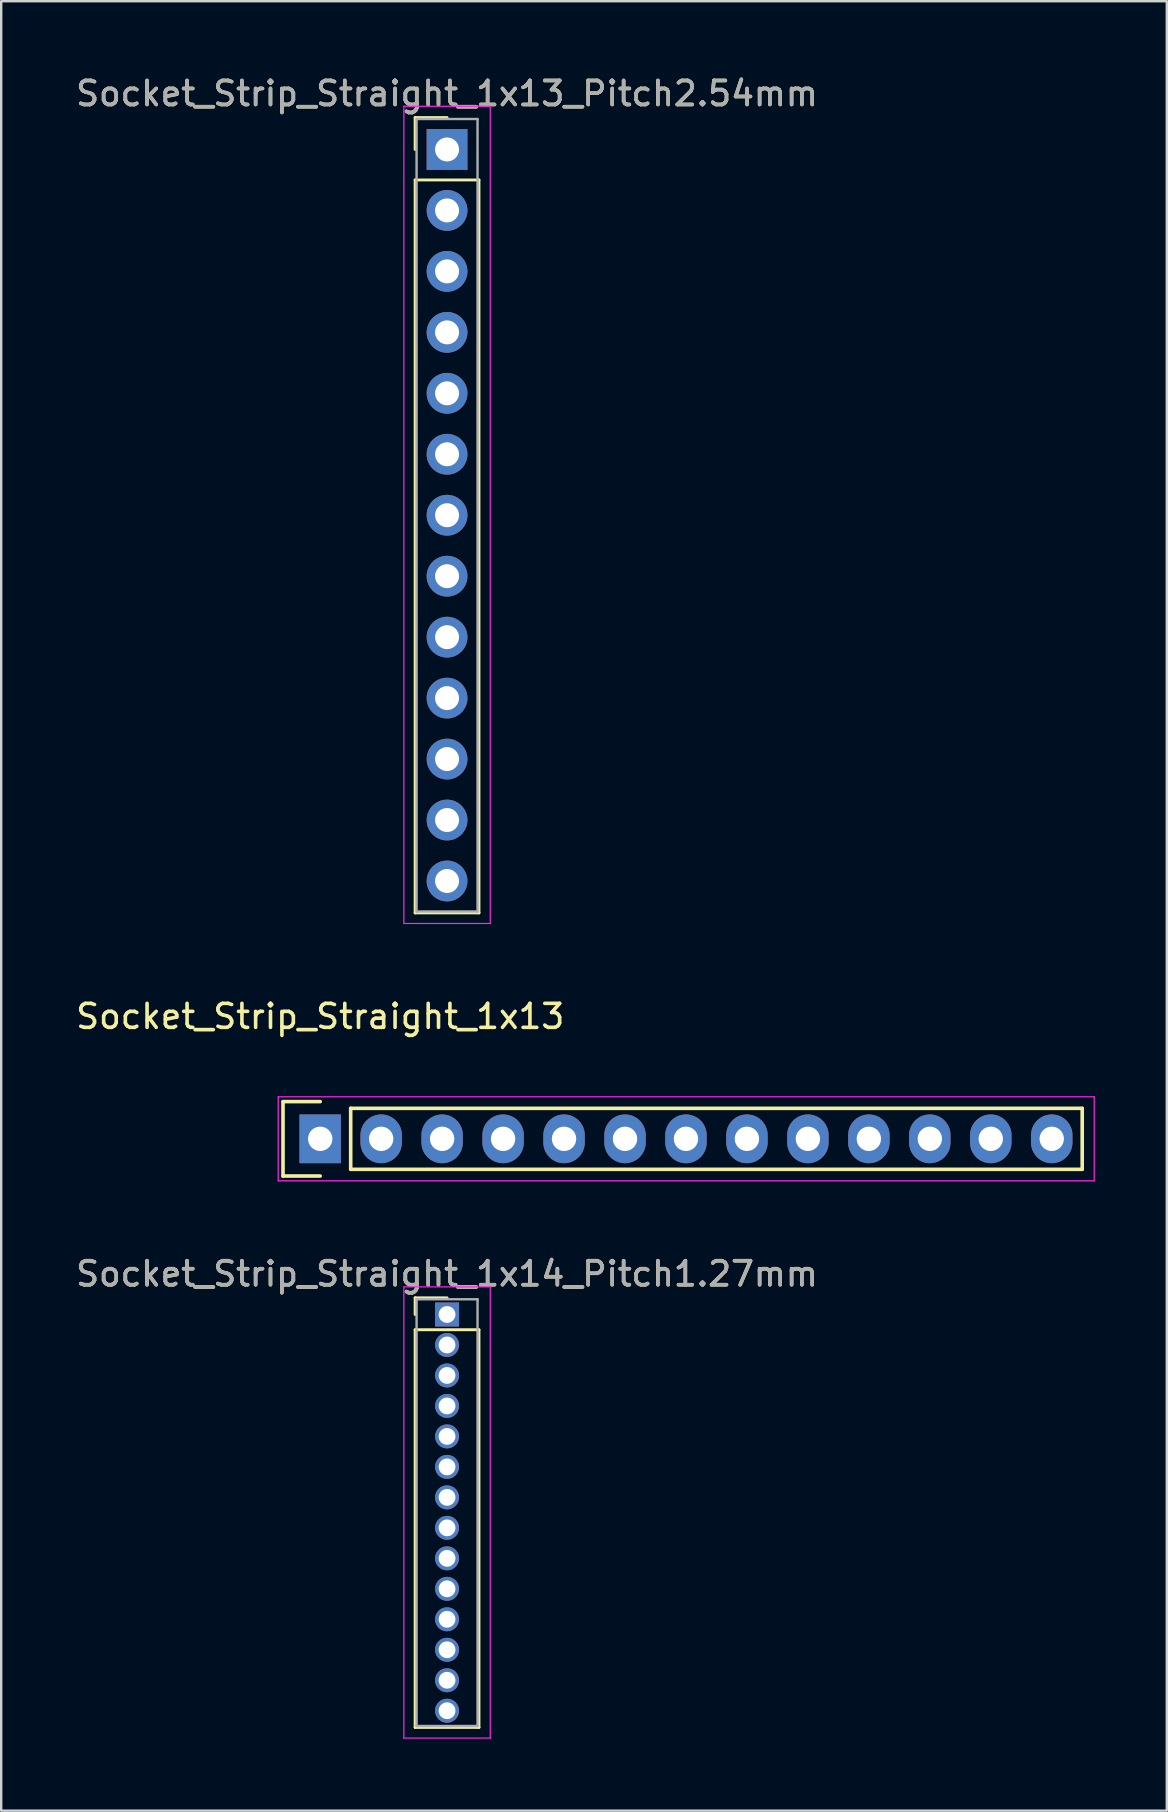
<source format=kicad_pcb>
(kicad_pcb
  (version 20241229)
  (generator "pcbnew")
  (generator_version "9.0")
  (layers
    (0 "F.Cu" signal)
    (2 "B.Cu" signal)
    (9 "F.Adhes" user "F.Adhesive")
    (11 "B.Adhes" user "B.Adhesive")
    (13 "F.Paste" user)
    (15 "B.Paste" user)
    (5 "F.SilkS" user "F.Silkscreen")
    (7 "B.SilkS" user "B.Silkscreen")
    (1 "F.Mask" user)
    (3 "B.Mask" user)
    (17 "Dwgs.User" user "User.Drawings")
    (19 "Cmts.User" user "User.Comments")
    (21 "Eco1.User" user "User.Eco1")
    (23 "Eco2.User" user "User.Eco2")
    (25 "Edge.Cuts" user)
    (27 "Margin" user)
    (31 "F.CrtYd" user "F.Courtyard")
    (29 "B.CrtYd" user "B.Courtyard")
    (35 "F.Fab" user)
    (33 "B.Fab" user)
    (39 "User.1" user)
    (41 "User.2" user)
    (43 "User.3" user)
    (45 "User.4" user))
  (footprint "Socket_Strip_Straight_1x13_Pitch2.54mm"
    (layer "F.Cu")
    (at 15.577 3.178)
    (property "Reference" "Socket_Strip_Straight_1x13_Pitch2.54mm" (at 0 -2.33 0) (layer "F.SilkS") (effects (font (size 1 1) (thickness 0.15))))
    (attr through_hole)
    (fp_line (start -1.33 -1.33) (end 0 -1.33) (stroke (width 0.12) (type solid)) (layer "F.SilkS"))
    (fp_line (start -1.33 0) (end -1.33 -1.33) (stroke (width 0.12) (type solid)) (layer "F.SilkS"))
    (fp_line (start -1.33 1.27) (end -1.33 31.81) (stroke (width 0.12) (type solid)) (layer "F.SilkS"))
    (fp_line (start -1.33 31.81) (end 1.33 31.81) (stroke (width 0.12) (type solid)) (layer "F.SilkS"))
    (fp_line (start 1.33 1.27) (end -1.33 1.27) (stroke (width 0.12) (type solid)) (layer "F.SilkS"))
    (fp_line (start 1.33 31.81) (end 1.33 1.27) (stroke (width 0.12) (type solid)) (layer "F.SilkS"))
    (fp_line (start -1.8 -1.8) (end -1.8 32.25) (stroke (width 0.05) (type solid)) (layer "F.CrtYd"))
    (fp_line (start -1.8 32.25) (end 1.8 32.25) (stroke (width 0.05) (type solid)) (layer "F.CrtYd"))
    (fp_line (start 1.8 -1.8) (end -1.8 -1.8) (stroke (width 0.05) (type solid)) (layer "F.CrtYd"))
    (fp_line (start 1.8 32.25) (end 1.8 -1.8) (stroke (width 0.05) (type solid)) (layer "F.CrtYd"))
    (fp_line (start -1.27 -1.27) (end -1.27 31.75) (stroke (width 0.1) (type solid)) (layer "F.Fab"))
    (fp_line (start -1.27 31.75) (end 1.27 31.75) (stroke (width 0.1) (type solid)) (layer "F.Fab"))
    (fp_line (start 1.27 -1.27) (end -1.27 -1.27) (stroke (width 0.1) (type solid)) (layer "F.Fab"))
    (fp_line (start 1.27 31.75) (end 1.27 -1.27) (stroke (width 0.1) (type solid)) (layer "F.Fab"))
    (fp_text user "${REFERENCE}" (at 0 -2.33 0) (layer "F.Fab") (effects (font (size 1 1) (thickness 0.15))))
    (pad "1" thru_hole rect (at 0 0) (size 1.7 1.7) (drill 1) (layers "*.Cu" "*.Mask"))
    (pad "2" thru_hole oval (at 0 2.54) (size 1.7 1.7) (drill 1) (layers "*.Cu" "*.Mask"))
    (pad "3" thru_hole oval (at 0 5.08) (size 1.7 1.7) (drill 1) (layers "*.Cu" "*.Mask"))
    (pad "4" thru_hole oval (at 0 7.62) (size 1.7 1.7) (drill 1) (layers "*.Cu" "*.Mask"))
    (pad "5" thru_hole oval (at 0 10.16) (size 1.7 1.7) (drill 1) (layers "*.Cu" "*.Mask"))
    (pad "6" thru_hole oval (at 0 12.7) (size 1.7 1.7) (drill 1) (layers "*.Cu" "*.Mask"))
    (pad "7" thru_hole oval (at 0 15.24) (size 1.7 1.7) (drill 1) (layers "*.Cu" "*.Mask"))
    (pad "8" thru_hole oval (at 0 17.78) (size 1.7 1.7) (drill 1) (layers "*.Cu" "*.Mask"))
    (pad "9" thru_hole oval (at 0 20.32) (size 1.7 1.7) (drill 1) (layers "*.Cu" "*.Mask"))
    (pad "10" thru_hole oval (at 0 22.86) (size 1.7 1.7) (drill 1) (layers "*.Cu" "*.Mask"))
    (pad "11" thru_hole oval (at 0 25.4) (size 1.7 1.7) (drill 1) (layers "*.Cu" "*.Mask"))
    (pad "12" thru_hole oval (at 0 27.94) (size 1.7 1.7) (drill 1) (layers "*.Cu" "*.Mask"))
    (pad "13" thru_hole oval (at 0 30.48) (size 1.7 1.7) (drill 1) (layers "*.Cu" "*.Mask")))
  (footprint "Socket_Strip_Straight_1x13"
    (layer "F.Cu")
    (at 10.292 44.401)
    (property "Reference" "Socket_Strip_Straight_1x13" (at 0 -5.1 0) (layer "F.SilkS") (effects (font (size 1 1) (thickness 0.15))))
    (attr through_hole)
    (fp_line (start -1.55 -1.55) (end -1.55 1.55) (stroke (width 0.15) (type solid)) (layer "F.SilkS"))
    (fp_line (start -1.55 1.55) (end 0 1.55) (stroke (width 0.15) (type solid)) (layer "F.SilkS"))
    (fp_line (start 0 -1.55) (end -1.55 -1.55) (stroke (width 0.15) (type solid)) (layer "F.SilkS"))
    (fp_line (start 1.27 -1.27) (end 31.75 -1.27) (stroke (width 0.15) (type solid)) (layer "F.SilkS"))
    (fp_line (start 1.27 1.27) (end 1.27 -1.27) (stroke (width 0.15) (type solid)) (layer "F.SilkS"))
    (fp_line (start 31.75 -1.27) (end 31.75 1.27) (stroke (width 0.15) (type solid)) (layer "F.SilkS"))
    (fp_line (start 31.75 1.27) (end 1.27 1.27) (stroke (width 0.15) (type solid)) (layer "F.SilkS"))
    (fp_line (start -1.75 -1.75) (end -1.75 1.75) (stroke (width 0.05) (type solid)) (layer "F.CrtYd"))
    (fp_line (start -1.75 -1.75) (end 32.25 -1.75) (stroke (width 0.05) (type solid)) (layer "F.CrtYd"))
    (fp_line (start -1.75 1.75) (end 32.25 1.75) (stroke (width 0.05) (type solid)) (layer "F.CrtYd"))
    (fp_line (start 32.25 -1.75) (end 32.25 1.75) (stroke (width 0.05) (type solid)) (layer "F.CrtYd"))
    (pad "1" thru_hole rect (at 0 0) (size 1.727 2.032) (drill 1.016) (layers "*.Cu" "*.Mask"))
    (pad "2" thru_hole oval (at 2.54 0) (size 1.727 2.032) (drill 1.016) (layers "*.Cu" "*.Mask"))
    (pad "3" thru_hole oval (at 5.08 0) (size 1.727 2.032) (drill 1.016) (layers "*.Cu" "*.Mask"))
    (pad "4" thru_hole oval (at 7.62 0) (size 1.727 2.032) (drill 1.016) (layers "*.Cu" "*.Mask"))
    (pad "5" thru_hole oval (at 10.16 0) (size 1.727 2.032) (drill 1.016) (layers "*.Cu" "*.Mask"))
    (pad "6" thru_hole oval (at 12.7 0) (size 1.727 2.032) (drill 1.016) (layers "*.Cu" "*.Mask"))
    (pad "7" thru_hole oval (at 15.24 0) (size 1.727 2.032) (drill 1.016) (layers "*.Cu" "*.Mask"))
    (pad "8" thru_hole oval (at 17.78 0) (size 1.727 2.032) (drill 1.016) (layers "*.Cu" "*.Mask"))
    (pad "9" thru_hole oval (at 20.32 0) (size 1.727 2.032) (drill 1.016) (layers "*.Cu" "*.Mask"))
    (pad "10" thru_hole oval (at 22.86 0) (size 1.727 2.032) (drill 1.016) (layers "*.Cu" "*.Mask"))
    (pad "11" thru_hole oval (at 25.4 0) (size 1.727 2.032) (drill 1.016) (layers "*.Cu" "*.Mask"))
    (pad "12" thru_hole oval (at 27.94 0) (size 1.727 2.032) (drill 1.016) (layers "*.Cu" "*.Mask"))
    (pad "13" thru_hole oval (at 30.48 0) (size 1.727 2.032) (drill 1.016) (layers "*.Cu" "*.Mask")))
  (footprint "Socket_Strip_Straight_1x14_Pitch1.27mm"
    (layer "F.Cu")
    (at 15.577 51.72)
    (property "Reference" "Socket_Strip_Straight_1x14_Pitch1.27mm" (at 0 -1.695 0) (layer "F.SilkS") (effects (font (size 1 1) (thickness 0.15))))
    (attr through_hole)
    (fp_line (start -1.33 -0.695) (end 0 -0.695) (stroke (width 0.12) (type solid)) (layer "F.SilkS"))
    (fp_line (start -1.33 0) (end -1.33 -0.695) (stroke (width 0.12) (type solid)) (layer "F.SilkS"))
    (fp_line (start -1.33 0.635) (end -1.33 17.205) (stroke (width 0.12) (type solid)) (layer "F.SilkS"))
    (fp_line (start -1.33 17.205) (end 1.33 17.205) (stroke (width 0.12) (type solid)) (layer "F.SilkS"))
    (fp_line (start 1.33 0.635) (end -1.33 0.635) (stroke (width 0.12) (type solid)) (layer "F.SilkS"))
    (fp_line (start 1.33 17.205) (end 1.33 0.635) (stroke (width 0.12) (type solid)) (layer "F.SilkS"))
    (fp_line (start -1.8 -1.15) (end -1.8 17.65) (stroke (width 0.05) (type solid)) (layer "F.CrtYd"))
    (fp_line (start -1.8 17.65) (end 1.8 17.65) (stroke (width 0.05) (type solid)) (layer "F.CrtYd"))
    (fp_line (start 1.8 -1.15) (end -1.8 -1.15) (stroke (width 0.05) (type solid)) (layer "F.CrtYd"))
    (fp_line (start 1.8 17.65) (end 1.8 -1.15) (stroke (width 0.05) (type solid)) (layer "F.CrtYd"))
    (fp_line (start -1.27 -0.635) (end -1.27 17.145) (stroke (width 0.1) (type solid)) (layer "F.Fab"))
    (fp_line (start -1.27 17.145) (end 1.27 17.145) (stroke (width 0.1) (type solid)) (layer "F.Fab"))
    (fp_line (start 1.27 -0.635) (end -1.27 -0.635) (stroke (width 0.1) (type solid)) (layer "F.Fab"))
    (fp_line (start 1.27 17.145) (end 1.27 -0.635) (stroke (width 0.1) (type solid)) (layer "F.Fab"))
    (fp_text user "${REFERENCE}" (at 0 -1.695 0) (layer "F.Fab") (effects (font (size 1 1) (thickness 0.15))))
    (pad "1" thru_hole rect (at 0 0) (size 1 1) (drill 0.7) (layers "*.Cu" "*.Mask"))
    (pad "2" thru_hole oval (at 0 1.27) (size 1 1) (drill 0.7) (layers "*.Cu" "*.Mask"))
    (pad "3" thru_hole oval (at 0 2.54) (size 1 1) (drill 0.7) (layers "*.Cu" "*.Mask"))
    (pad "4" thru_hole oval (at 0 3.81) (size 1 1) (drill 0.7) (layers "*.Cu" "*.Mask"))
    (pad "5" thru_hole oval (at 0 5.08) (size 1 1) (drill 0.7) (layers "*.Cu" "*.Mask"))
    (pad "6" thru_hole oval (at 0 6.35) (size 1 1) (drill 0.7) (layers "*.Cu" "*.Mask"))
    (pad "7" thru_hole oval (at 0 7.62) (size 1 1) (drill 0.7) (layers "*.Cu" "*.Mask"))
    (pad "8" thru_hole oval (at 0 8.89) (size 1 1) (drill 0.7) (layers "*.Cu" "*.Mask"))
    (pad "9" thru_hole oval (at 0 10.16) (size 1 1) (drill 0.7) (layers "*.Cu" "*.Mask"))
    (pad "10" thru_hole oval (at 0 11.43) (size 1 1) (drill 0.7) (layers "*.Cu" "*.Mask"))
    (pad "11" thru_hole oval (at 0 12.7) (size 1 1) (drill 0.7) (layers "*.Cu" "*.Mask"))
    (pad "12" thru_hole oval (at 0 13.97) (size 1 1) (drill 0.7) (layers "*.Cu" "*.Mask"))
    (pad "13" thru_hole oval (at 0 15.24) (size 1 1) (drill 0.7) (layers "*.Cu" "*.Mask"))
    (pad "14" thru_hole oval (at 0 16.51) (size 1 1) (drill 0.7) (layers "*.Cu" "*.Mask")))
  (gr_rect
    (start -3 -3)
    (end 45.567 72.395)
    (stroke (width 0.1) (type default))
    (fill no)
    (layer "Edge.Cuts")))
</source>
